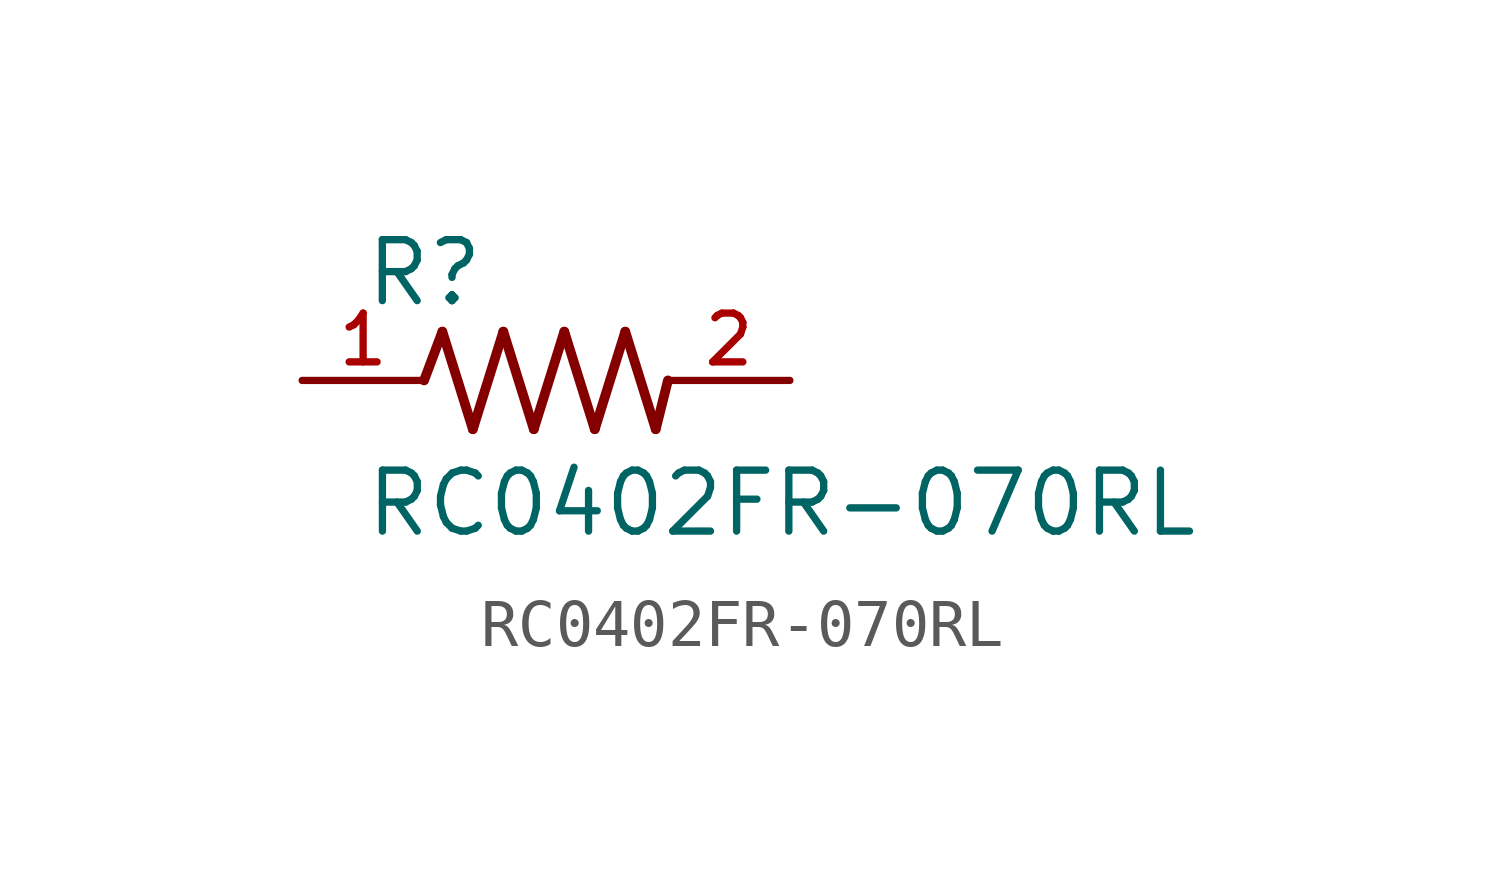
<source format=kicad_sym>
(kicad_symbol_lib
  (version 20211014)
  (generator kicad_symbol_editor)
  (symbol "RC0402FR-070RL"
    (pin_names
      (offset 1.016))
    (property "Reference" "R"
      (at -3.812 1.499 0)
      (effects (font (size 1.27 1.27)) (justify bottom left)))
    (property "Value" "RC0402FR-070RL"
      (at -3.81 -3.302 0)
      (effects (font (size 1.27 1.27)) (justify bottom left)))
    (symbol "RC0402FR-070RL_0_0"
      (polyline (pts (xy -2.54 0.0) (xy -2.159 1.016)) (stroke (width 0.203)))
      (polyline (pts (xy -2.159 1.016) (xy -1.524 -1.016)) (stroke (width 0.203)))
      (polyline (pts (xy -1.524 -1.016) (xy -0.889 1.016)) (stroke (width 0.203)))
      (polyline (pts (xy -0.889 1.016) (xy -0.254 -1.016)) (stroke (width 0.203)))
      (polyline (pts (xy -0.254 -1.016) (xy 0.381 1.016)) (stroke (width 0.203)))
      (polyline (pts (xy 0.381 1.016) (xy 1.016 -1.016)) (stroke (width 0.203)))
      (polyline (pts (xy 1.016 -1.016) (xy 1.651 1.016)) (stroke (width 0.203)))
      (polyline (pts (xy 1.651 1.016) (xy 2.286 -1.016)) (stroke (width 0.203)))
      (polyline (pts (xy 2.286 -1.016) (xy 2.54 0.0)) (stroke (width 0.203)))
      (pin passive line (at 5.08 0.0 180.0) (length 2.54) (name "~" (effects (font (size 1.016 1.016)))) (number "2" (effects (font (size 1.016 1.016)))))
      (pin passive line (at -5.08 0.0 0) (length 2.54) (name "~" (effects (font (size 1.016 1.016)))) (number "1" (effects (font (size 1.016 1.016))))))))
</source>
